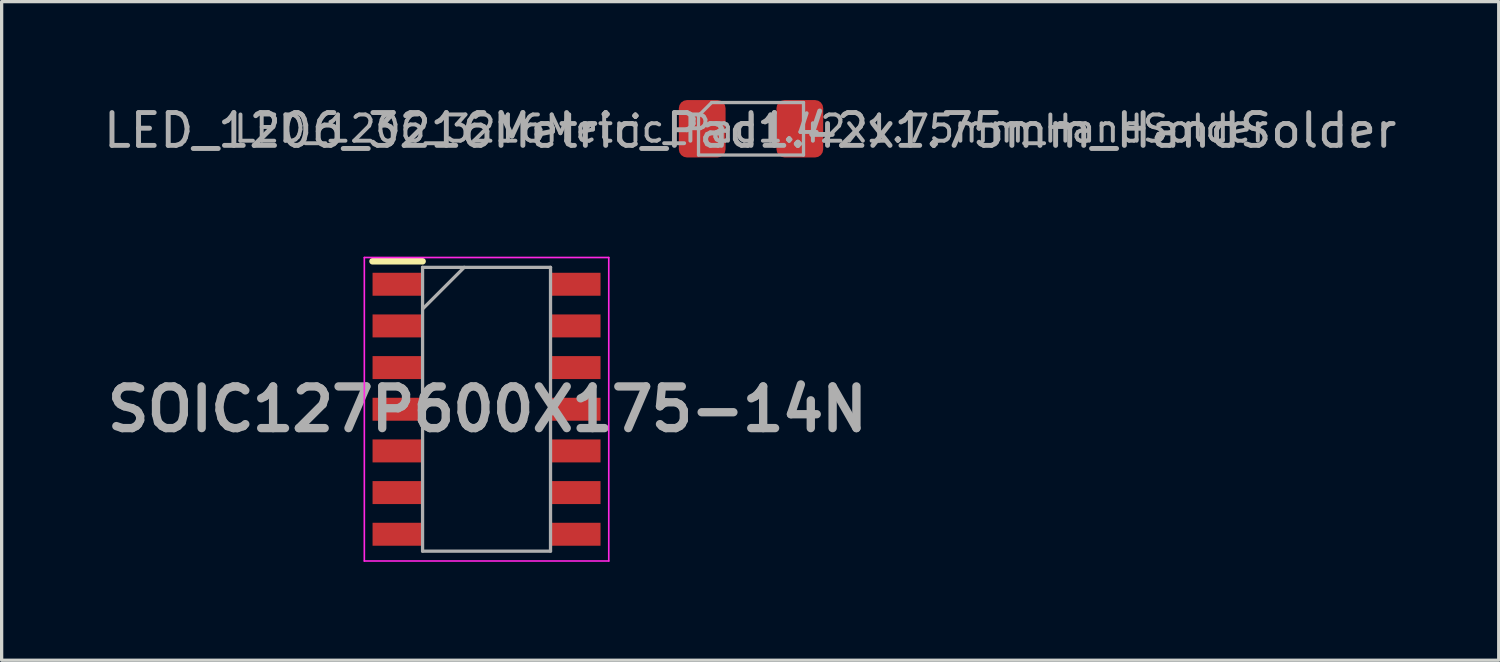
<source format=kicad_pcb>
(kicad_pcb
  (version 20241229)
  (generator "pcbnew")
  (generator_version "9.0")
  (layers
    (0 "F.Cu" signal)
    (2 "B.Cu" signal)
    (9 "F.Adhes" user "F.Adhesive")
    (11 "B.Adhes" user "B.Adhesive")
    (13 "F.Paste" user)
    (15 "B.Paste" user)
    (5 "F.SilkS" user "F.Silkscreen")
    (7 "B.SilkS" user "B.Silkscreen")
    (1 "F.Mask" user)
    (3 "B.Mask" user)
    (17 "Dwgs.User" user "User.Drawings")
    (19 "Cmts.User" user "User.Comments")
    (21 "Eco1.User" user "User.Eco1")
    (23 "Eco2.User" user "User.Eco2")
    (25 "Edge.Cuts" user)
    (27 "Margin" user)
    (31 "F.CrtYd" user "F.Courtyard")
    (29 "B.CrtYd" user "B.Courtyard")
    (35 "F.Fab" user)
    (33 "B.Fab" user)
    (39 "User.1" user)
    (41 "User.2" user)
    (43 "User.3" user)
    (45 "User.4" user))
  (footprint "SOIC127P600X175-14N"
    (layer "F.Cu")
    (at 11.78 9.424)
    (property "Reference" "SOIC127P600X175-14N" (at 0.025 0 0) (layer "F.Fab") (effects (font (size 1.27 1.27) (thickness 0.254))))
    (attr smd)
    (fp_line (start -3.475 -4.51) (end -1.95 -4.51) (stroke (width 0.2) (type solid)) (layer "F.SilkS"))
    (fp_line (start -3.725 -4.625) (end 3.725 -4.625) (stroke (width 0.05) (type solid)) (layer "F.CrtYd"))
    (fp_line (start -3.725 4.625) (end -3.725 -4.625) (stroke (width 0.05) (type solid)) (layer "F.CrtYd"))
    (fp_line (start 3.725 -4.625) (end 3.725 4.625) (stroke (width 0.05) (type solid)) (layer "F.CrtYd"))
    (fp_line (start 3.725 4.625) (end -3.725 4.625) (stroke (width 0.05) (type solid)) (layer "F.CrtYd"))
    (fp_line (start -1.95 -4.325) (end 1.95 -4.325) (stroke (width 0.1) (type solid)) (layer "F.Fab"))
    (fp_line (start -1.95 -3.055) (end -0.68 -4.325) (stroke (width 0.1) (type solid)) (layer "F.Fab"))
    (fp_line (start -1.95 4.325) (end -1.95 -4.325) (stroke (width 0.1) (type solid)) (layer "F.Fab"))
    (fp_line (start 1.95 -4.325) (end 1.95 4.325) (stroke (width 0.1) (type solid)) (layer "F.Fab"))
    (fp_line (start 1.95 4.325) (end -1.95 4.325) (stroke (width 0.1) (type solid)) (layer "F.Fab"))
    (pad "1" smd rect (at -2.712 -3.81 90) (size 0.7 1.525) (layers "F.Cu" "F.Mask" "F.Paste"))
    (pad "2" smd rect (at -2.712 -2.54 90) (size 0.7 1.525) (layers "F.Cu" "F.Mask" "F.Paste"))
    (pad "3" smd rect (at -2.712 -1.27 90) (size 0.7 1.525) (layers "F.Cu" "F.Mask" "F.Paste"))
    (pad "4" smd rect (at -2.712 0 90) (size 0.7 1.525) (layers "F.Cu" "F.Mask" "F.Paste"))
    (pad "5" smd rect (at -2.712 1.27 90) (size 0.7 1.525) (layers "F.Cu" "F.Mask" "F.Paste"))
    (pad "6" smd rect (at -2.712 2.54 90) (size 0.7 1.525) (layers "F.Cu" "F.Mask" "F.Paste"))
    (pad "7" smd rect (at -2.712 3.81 90) (size 0.7 1.525) (layers "F.Cu" "F.Mask" "F.Paste"))
    (pad "8" smd rect (at 2.712 3.81 90) (size 0.7 1.525) (layers "F.Cu" "F.Mask" "F.Paste"))
    (pad "9" smd rect (at 2.712 2.54 90) (size 0.7 1.525) (layers "F.Cu" "F.Mask" "F.Paste"))
    (pad "10" smd rect (at 2.712 1.27 90) (size 0.7 1.525) (layers "F.Cu" "F.Mask" "F.Paste"))
    (pad "11" smd rect (at 2.712 0 90) (size 0.7 1.525) (layers "F.Cu" "F.Mask" "F.Paste"))
    (pad "12" smd rect (at 2.712 -1.27 90) (size 0.7 1.525) (layers "F.Cu" "F.Mask" "F.Paste"))
    (pad "13" smd rect (at 2.712 -2.54 90) (size 0.7 1.525) (layers "F.Cu" "F.Mask" "F.Paste"))
    (pad "14" smd rect (at 2.712 -3.81 90) (size 0.7 1.525) (layers "F.Cu" "F.Mask" "F.Paste")))
  (footprint "LED_1206_3216Metric_Pad1.42x1.75mm_HandSolder"
    (layer "F.Cu")
    (at 19.841 0.875)
    (property "Reference" "LED_1206_3216Metric_Pad1.42x1.75mm_HandSolder" (at -0.025 0.051 0) (layer "F.Fab") (effects (font (size 1 1) (thickness 0.15))))
    (attr smd)
    (fp_line (start -1.6 -0.4) (end -1.6 0.8) (stroke (width 0.1) (type solid)) (layer "F.Fab"))
    (fp_line (start -1.6 0.8) (end 1.6 0.8) (stroke (width 0.1) (type solid)) (layer "F.Fab"))
    (fp_line (start -1.2 -0.8) (end -1.6 -0.4) (stroke (width 0.1) (type solid)) (layer "F.Fab"))
    (fp_line (start 1.6 -0.8) (end -1.2 -0.8) (stroke (width 0.1) (type solid)) (layer "F.Fab"))
    (fp_line (start 1.6 0.8) (end 1.6 -0.8) (stroke (width 0.1) (type solid)) (layer "F.Fab"))
    (fp_text user "${REFERENCE}" (at 0 0 0) (layer "F.Fab") (effects (font (size 0.8 0.8) (thickness 0.12))))
    (pad "1" smd roundrect (at -1.488 0) (size 1.425 1.75) (layers "F.Cu" "F.Mask" "F.Paste") (roundrect_rratio 0.175))
    (pad "2" smd roundrect (at 1.488 0) (size 1.425 1.75) (layers "F.Cu" "F.Mask" "F.Paste") (roundrect_rratio 0.175)))
  (gr_rect
    (start -3 -3)
    (end 42.631 17.074)
    (stroke (width 0.1) (type default))
    (fill no)
    (layer "Edge.Cuts")))
</source>
